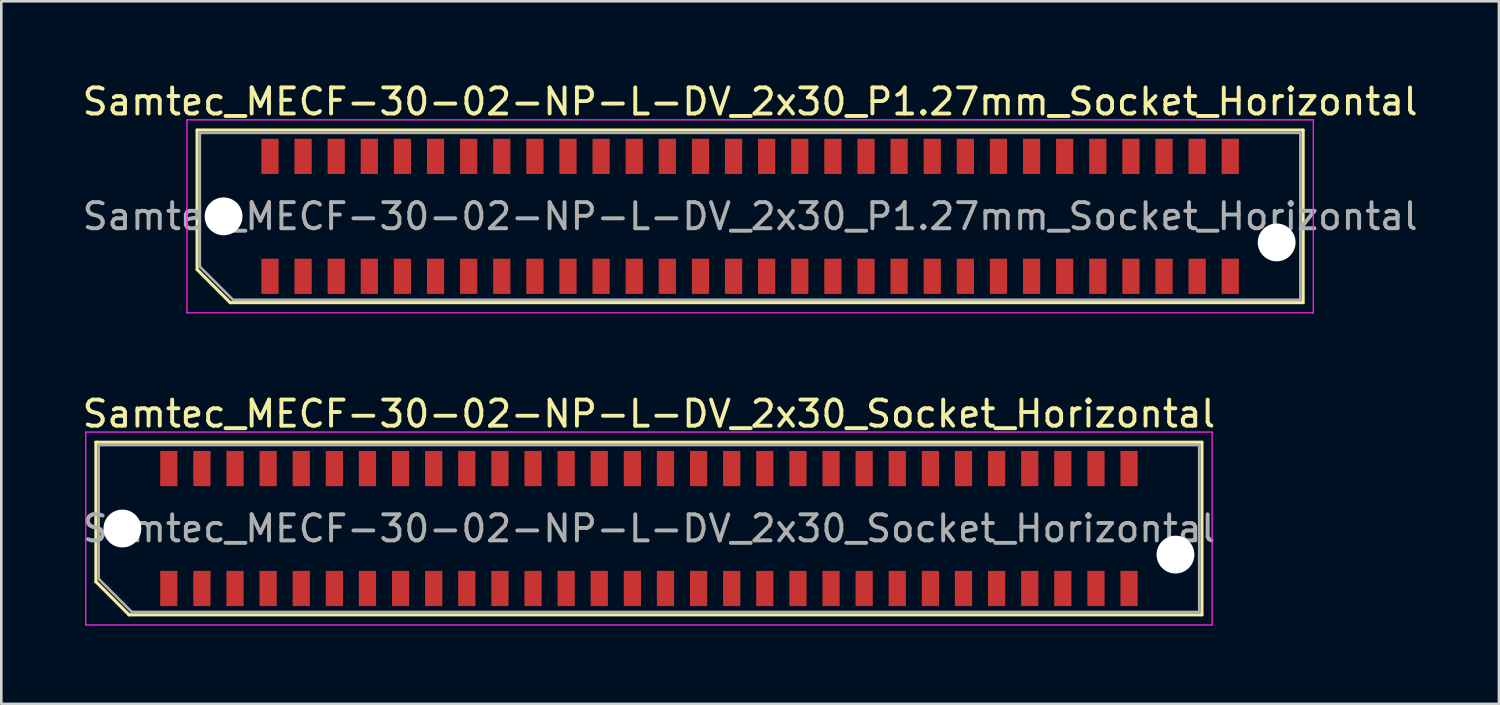
<source format=kicad_pcb>
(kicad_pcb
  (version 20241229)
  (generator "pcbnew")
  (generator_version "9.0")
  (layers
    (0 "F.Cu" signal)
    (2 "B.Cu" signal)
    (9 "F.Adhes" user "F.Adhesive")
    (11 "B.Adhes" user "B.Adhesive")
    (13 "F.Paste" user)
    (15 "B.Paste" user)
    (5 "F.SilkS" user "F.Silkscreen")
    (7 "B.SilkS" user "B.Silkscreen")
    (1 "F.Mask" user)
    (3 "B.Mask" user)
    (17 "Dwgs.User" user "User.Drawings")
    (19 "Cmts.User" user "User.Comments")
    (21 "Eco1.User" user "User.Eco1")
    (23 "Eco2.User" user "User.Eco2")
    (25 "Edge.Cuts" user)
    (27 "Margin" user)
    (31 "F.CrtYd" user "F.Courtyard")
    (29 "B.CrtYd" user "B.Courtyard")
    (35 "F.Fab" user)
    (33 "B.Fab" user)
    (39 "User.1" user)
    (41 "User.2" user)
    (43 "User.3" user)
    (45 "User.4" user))
  (footprint "Samtec_MECF-30-02-NP-L-DV_2x30_Socket_Horizontal"
    (layer "F.Cu")
    (at 21.839 17.221)
    (property "Reference" "Samtec_MECF-30-02-NP-L-DV_2x30_Socket_Horizontal" (at 0 -4.4 0) (layer "F.SilkS") (effects (font (size 1 1) (thickness 0.15))))
    (attr smd)
    (fp_line (start -21.21 -3.31) (end 21.21 -3.31) (stroke (width 0.12) (type solid)) (layer "F.SilkS"))
    (fp_line (start -21.21 2.04) (end -21.21 -3.31) (stroke (width 0.12) (type solid)) (layer "F.SilkS"))
    (fp_line (start -19.94 3.31) (end -21.21 2.04) (stroke (width 0.12) (type solid)) (layer "F.SilkS"))
    (fp_line (start -19.94 3.31) (end 21.21 3.31) (stroke (width 0.12) (type solid)) (layer "F.SilkS"))
    (fp_line (start 21.21 3.31) (end 21.21 -3.31) (stroke (width 0.12) (type solid)) (layer "F.SilkS"))
    (fp_line (start -21.6 -3.7) (end -21.6 3.7) (stroke (width 0.05) (type solid)) (layer "F.CrtYd"))
    (fp_line (start -21.6 3.7) (end 21.6 3.7) (stroke (width 0.05) (type solid)) (layer "F.CrtYd"))
    (fp_line (start 21.6 -3.7) (end -21.6 -3.7) (stroke (width 0.05) (type solid)) (layer "F.CrtYd"))
    (fp_line (start 21.6 3.7) (end 21.6 -3.7) (stroke (width 0.05) (type solid)) (layer "F.CrtYd"))
    (fp_line (start -21.105 -3.2) (end 21.105 -3.2) (stroke (width 0.1) (type solid)) (layer "F.Fab"))
    (fp_line (start -21.105 1.93) (end -21.105 -3.2) (stroke (width 0.1) (type solid)) (layer "F.Fab"))
    (fp_line (start -21.105 1.93) (end -19.835 3.2) (stroke (width 0.1) (type solid)) (layer "F.Fab"))
    (fp_line (start -19.835 3.2) (end 21.105 3.2) (stroke (width 0.1) (type solid)) (layer "F.Fab"))
    (fp_line (start 21.105 3.2) (end 21.105 -3.2) (stroke (width 0.1) (type solid)) (layer "F.Fab"))
    (fp_text user "${REFERENCE}" (at 0 0 0) (layer "F.Fab") (effects (font (size 1 1) (thickness 0.15))))
    (pad "" np_thru_hole circle (at -20.195 0) (size 1.45 1.45) (drill 1.45) (layers "*.Cu" "*.Mask"))
    (pad "" np_thru_hole circle (at 20.195 1) (size 1.45 1.45) (drill 1.45) (layers "*.Cu" "*.Mask"))
    (pad "1" smd rect (at -18.415 2.3) (size 0.66 1.35) (layers "F.Cu" "F.Mask" "F.Paste"))
    (pad "2" smd rect (at -18.415 -2.3) (size 0.66 1.35) (layers "F.Cu" "F.Mask" "F.Paste"))
    (pad "3" smd rect (at -17.145 2.3) (size 0.66 1.35) (layers "F.Cu" "F.Mask" "F.Paste"))
    (pad "4" smd rect (at -17.145 -2.3) (size 0.66 1.35) (layers "F.Cu" "F.Mask" "F.Paste"))
    (pad "5" smd rect (at -15.875 2.3) (size 0.66 1.35) (layers "F.Cu" "F.Mask" "F.Paste"))
    (pad "6" smd rect (at -15.875 -2.3) (size 0.66 1.35) (layers "F.Cu" "F.Mask" "F.Paste"))
    (pad "7" smd rect (at -14.605 2.3) (size 0.66 1.35) (layers "F.Cu" "F.Mask" "F.Paste"))
    (pad "8" smd rect (at -14.605 -2.3) (size 0.66 1.35) (layers "F.Cu" "F.Mask" "F.Paste"))
    (pad "9" smd rect (at -13.335 2.3) (size 0.66 1.35) (layers "F.Cu" "F.Mask" "F.Paste"))
    (pad "10" smd rect (at -13.335 -2.3) (size 0.66 1.35) (layers "F.Cu" "F.Mask" "F.Paste"))
    (pad "11" smd rect (at -12.065 2.3) (size 0.66 1.35) (layers "F.Cu" "F.Mask" "F.Paste"))
    (pad "12" smd rect (at -12.065 -2.3) (size 0.66 1.35) (layers "F.Cu" "F.Mask" "F.Paste"))
    (pad "13" smd rect (at -10.795 2.3) (size 0.66 1.35) (layers "F.Cu" "F.Mask" "F.Paste"))
    (pad "14" smd rect (at -10.795 -2.3) (size 0.66 1.35) (layers "F.Cu" "F.Mask" "F.Paste"))
    (pad "15" smd rect (at -9.525 2.3) (size 0.66 1.35) (layers "F.Cu" "F.Mask" "F.Paste"))
    (pad "16" smd rect (at -9.525 -2.3) (size 0.66 1.35) (layers "F.Cu" "F.Mask" "F.Paste"))
    (pad "17" smd rect (at -8.255 2.3) (size 0.66 1.35) (layers "F.Cu" "F.Mask" "F.Paste"))
    (pad "18" smd rect (at -8.255 -2.3) (size 0.66 1.35) (layers "F.Cu" "F.Mask" "F.Paste"))
    (pad "19" smd rect (at -6.985 2.3) (size 0.66 1.35) (layers "F.Cu" "F.Mask" "F.Paste"))
    (pad "20" smd rect (at -6.985 -2.3) (size 0.66 1.35) (layers "F.Cu" "F.Mask" "F.Paste"))
    (pad "21" smd rect (at -5.715 2.3) (size 0.66 1.35) (layers "F.Cu" "F.Mask" "F.Paste"))
    (pad "22" smd rect (at -5.715 -2.3) (size 0.66 1.35) (layers "F.Cu" "F.Mask" "F.Paste"))
    (pad "23" smd rect (at -4.445 2.3) (size 0.66 1.35) (layers "F.Cu" "F.Mask" "F.Paste"))
    (pad "24" smd rect (at -4.445 -2.3) (size 0.66 1.35) (layers "F.Cu" "F.Mask" "F.Paste"))
    (pad "25" smd rect (at -3.175 2.3) (size 0.66 1.35) (layers "F.Cu" "F.Mask" "F.Paste"))
    (pad "26" smd rect (at -3.175 -2.3) (size 0.66 1.35) (layers "F.Cu" "F.Mask" "F.Paste"))
    (pad "27" smd rect (at -1.905 2.3) (size 0.66 1.35) (layers "F.Cu" "F.Mask" "F.Paste"))
    (pad "28" smd rect (at -1.905 -2.3) (size 0.66 1.35) (layers "F.Cu" "F.Mask" "F.Paste"))
    (pad "29" smd rect (at -0.635 2.3) (size 0.66 1.35) (layers "F.Cu" "F.Mask" "F.Paste"))
    (pad "30" smd rect (at -0.635 -2.3) (size 0.66 1.35) (layers "F.Cu" "F.Mask" "F.Paste"))
    (pad "31" smd rect (at 0.635 2.3) (size 0.66 1.35) (layers "F.Cu" "F.Mask" "F.Paste"))
    (pad "32" smd rect (at 0.635 -2.3) (size 0.66 1.35) (layers "F.Cu" "F.Mask" "F.Paste"))
    (pad "33" smd rect (at 1.905 2.3) (size 0.66 1.35) (layers "F.Cu" "F.Mask" "F.Paste"))
    (pad "34" smd rect (at 1.905 -2.3) (size 0.66 1.35) (layers "F.Cu" "F.Mask" "F.Paste"))
    (pad "35" smd rect (at 3.175 2.3) (size 0.66 1.35) (layers "F.Cu" "F.Mask" "F.Paste"))
    (pad "36" smd rect (at 3.175 -2.3) (size 0.66 1.35) (layers "F.Cu" "F.Mask" "F.Paste"))
    (pad "37" smd rect (at 4.445 2.3) (size 0.66 1.35) (layers "F.Cu" "F.Mask" "F.Paste"))
    (pad "38" smd rect (at 4.445 -2.3) (size 0.66 1.35) (layers "F.Cu" "F.Mask" "F.Paste"))
    (pad "39" smd rect (at 5.715 2.3) (size 0.66 1.35) (layers "F.Cu" "F.Mask" "F.Paste"))
    (pad "40" smd rect (at 5.715 -2.3) (size 0.66 1.35) (layers "F.Cu" "F.Mask" "F.Paste"))
    (pad "41" smd rect (at 6.985 2.3) (size 0.66 1.35) (layers "F.Cu" "F.Mask" "F.Paste"))
    (pad "42" smd rect (at 6.985 -2.3) (size 0.66 1.35) (layers "F.Cu" "F.Mask" "F.Paste"))
    (pad "43" smd rect (at 8.255 2.3) (size 0.66 1.35) (layers "F.Cu" "F.Mask" "F.Paste"))
    (pad "44" smd rect (at 8.255 -2.3) (size 0.66 1.35) (layers "F.Cu" "F.Mask" "F.Paste"))
    (pad "45" smd rect (at 9.525 2.3) (size 0.66 1.35) (layers "F.Cu" "F.Mask" "F.Paste"))
    (pad "46" smd rect (at 9.525 -2.3) (size 0.66 1.35) (layers "F.Cu" "F.Mask" "F.Paste"))
    (pad "47" smd rect (at 10.795 2.3) (size 0.66 1.35) (layers "F.Cu" "F.Mask" "F.Paste"))
    (pad "48" smd rect (at 10.795 -2.3) (size 0.66 1.35) (layers "F.Cu" "F.Mask" "F.Paste"))
    (pad "49" smd rect (at 12.065 2.3) (size 0.66 1.35) (layers "F.Cu" "F.Mask" "F.Paste"))
    (pad "50" smd rect (at 12.065 -2.3) (size 0.66 1.35) (layers "F.Cu" "F.Mask" "F.Paste"))
    (pad "51" smd rect (at 13.335 2.3) (size 0.66 1.35) (layers "F.Cu" "F.Mask" "F.Paste"))
    (pad "52" smd rect (at 13.335 -2.3) (size 0.66 1.35) (layers "F.Cu" "F.Mask" "F.Paste"))
    (pad "53" smd rect (at 14.605 2.3) (size 0.66 1.35) (layers "F.Cu" "F.Mask" "F.Paste"))
    (pad "54" smd rect (at 14.605 -2.3) (size 0.66 1.35) (layers "F.Cu" "F.Mask" "F.Paste"))
    (pad "55" smd rect (at 15.875 2.3) (size 0.66 1.35) (layers "F.Cu" "F.Mask" "F.Paste"))
    (pad "56" smd rect (at 15.875 -2.3) (size 0.66 1.35) (layers "F.Cu" "F.Mask" "F.Paste"))
    (pad "57" smd rect (at 17.145 2.3) (size 0.66 1.35) (layers "F.Cu" "F.Mask" "F.Paste"))
    (pad "58" smd rect (at 17.145 -2.3) (size 0.66 1.35) (layers "F.Cu" "F.Mask" "F.Paste"))
    (pad "59" smd rect (at 18.415 2.3) (size 0.66 1.35) (layers "F.Cu" "F.Mask" "F.Paste"))
    (pad "60" smd rect (at 18.415 -2.3) (size 0.66 1.35) (layers "F.Cu" "F.Mask" "F.Paste")))
  (footprint "Samtec_MECF-30-02-NP-L-DV_2x30_P1.27mm_Socket_Horizontal"
    (layer "F.Cu")
    (at 25.72 5.248)
    (property "Reference" "Samtec_MECF-30-02-NP-L-DV_2x30_P1.27mm_Socket_Horizontal" (at 0 -4.4 0) (layer "F.SilkS") (effects (font (size 1 1) (thickness 0.15))))
    (attr smd)
    (fp_line (start -21.21 -3.31) (end 21.21 -3.31) (stroke (width 0.12) (type solid)) (layer "F.SilkS"))
    (fp_line (start -21.21 2.04) (end -21.21 -3.31) (stroke (width 0.12) (type solid)) (layer "F.SilkS"))
    (fp_line (start -19.94 3.31) (end -21.21 2.04) (stroke (width 0.12) (type solid)) (layer "F.SilkS"))
    (fp_line (start -19.94 3.31) (end 21.21 3.31) (stroke (width 0.12) (type solid)) (layer "F.SilkS"))
    (fp_line (start 21.21 3.31) (end 21.21 -3.31) (stroke (width 0.12) (type solid)) (layer "F.SilkS"))
    (fp_line (start -21.6 -3.7) (end -21.6 3.7) (stroke (width 0.05) (type solid)) (layer "F.CrtYd"))
    (fp_line (start -21.6 3.7) (end 21.6 3.7) (stroke (width 0.05) (type solid)) (layer "F.CrtYd"))
    (fp_line (start 21.6 -3.7) (end -21.6 -3.7) (stroke (width 0.05) (type solid)) (layer "F.CrtYd"))
    (fp_line (start 21.6 3.7) (end 21.6 -3.7) (stroke (width 0.05) (type solid)) (layer "F.CrtYd"))
    (fp_line (start -21.105 -3.2) (end 21.105 -3.2) (stroke (width 0.1) (type solid)) (layer "F.Fab"))
    (fp_line (start -21.105 1.93) (end -21.105 -3.2) (stroke (width 0.1) (type solid)) (layer "F.Fab"))
    (fp_line (start -21.105 1.93) (end -19.835 3.2) (stroke (width 0.1) (type solid)) (layer "F.Fab"))
    (fp_line (start -19.835 3.2) (end 21.105 3.2) (stroke (width 0.1) (type solid)) (layer "F.Fab"))
    (fp_line (start 21.105 3.2) (end 21.105 -3.2) (stroke (width 0.1) (type solid)) (layer "F.Fab"))
    (fp_text user "${REFERENCE}" (at 0 0 0) (layer "F.Fab") (effects (font (size 1 1) (thickness 0.15))))
    (pad "" np_thru_hole circle (at -20.195 0) (size 1.45 1.45) (drill 1.45) (layers "*.Cu" "*.Mask"))
    (pad "" np_thru_hole circle (at 20.195 1) (size 1.45 1.45) (drill 1.45) (layers "*.Cu" "*.Mask"))
    (pad "1" smd rect (at -18.415 2.3) (size 0.66 1.35) (layers "F.Cu" "F.Mask" "F.Paste"))
    (pad "2" smd rect (at -18.415 -2.3) (size 0.66 1.35) (layers "F.Cu" "F.Mask" "F.Paste"))
    (pad "3" smd rect (at -17.145 2.3) (size 0.66 1.35) (layers "F.Cu" "F.Mask" "F.Paste"))
    (pad "4" smd rect (at -17.145 -2.3) (size 0.66 1.35) (layers "F.Cu" "F.Mask" "F.Paste"))
    (pad "5" smd rect (at -15.875 2.3) (size 0.66 1.35) (layers "F.Cu" "F.Mask" "F.Paste"))
    (pad "6" smd rect (at -15.875 -2.3) (size 0.66 1.35) (layers "F.Cu" "F.Mask" "F.Paste"))
    (pad "7" smd rect (at -14.605 2.3) (size 0.66 1.35) (layers "F.Cu" "F.Mask" "F.Paste"))
    (pad "8" smd rect (at -14.605 -2.3) (size 0.66 1.35) (layers "F.Cu" "F.Mask" "F.Paste"))
    (pad "9" smd rect (at -13.335 2.3) (size 0.66 1.35) (layers "F.Cu" "F.Mask" "F.Paste"))
    (pad "10" smd rect (at -13.335 -2.3) (size 0.66 1.35) (layers "F.Cu" "F.Mask" "F.Paste"))
    (pad "11" smd rect (at -12.065 2.3) (size 0.66 1.35) (layers "F.Cu" "F.Mask" "F.Paste"))
    (pad "12" smd rect (at -12.065 -2.3) (size 0.66 1.35) (layers "F.Cu" "F.Mask" "F.Paste"))
    (pad "13" smd rect (at -10.795 2.3) (size 0.66 1.35) (layers "F.Cu" "F.Mask" "F.Paste"))
    (pad "14" smd rect (at -10.795 -2.3) (size 0.66 1.35) (layers "F.Cu" "F.Mask" "F.Paste"))
    (pad "15" smd rect (at -9.525 2.3) (size 0.66 1.35) (layers "F.Cu" "F.Mask" "F.Paste"))
    (pad "16" smd rect (at -9.525 -2.3) (size 0.66 1.35) (layers "F.Cu" "F.Mask" "F.Paste"))
    (pad "17" smd rect (at -8.255 2.3) (size 0.66 1.35) (layers "F.Cu" "F.Mask" "F.Paste"))
    (pad "18" smd rect (at -8.255 -2.3) (size 0.66 1.35) (layers "F.Cu" "F.Mask" "F.Paste"))
    (pad "19" smd rect (at -6.985 2.3) (size 0.66 1.35) (layers "F.Cu" "F.Mask" "F.Paste"))
    (pad "20" smd rect (at -6.985 -2.3) (size 0.66 1.35) (layers "F.Cu" "F.Mask" "F.Paste"))
    (pad "21" smd rect (at -5.715 2.3) (size 0.66 1.35) (layers "F.Cu" "F.Mask" "F.Paste"))
    (pad "22" smd rect (at -5.715 -2.3) (size 0.66 1.35) (layers "F.Cu" "F.Mask" "F.Paste"))
    (pad "23" smd rect (at -4.445 2.3) (size 0.66 1.35) (layers "F.Cu" "F.Mask" "F.Paste"))
    (pad "24" smd rect (at -4.445 -2.3) (size 0.66 1.35) (layers "F.Cu" "F.Mask" "F.Paste"))
    (pad "25" smd rect (at -3.175 2.3) (size 0.66 1.35) (layers "F.Cu" "F.Mask" "F.Paste"))
    (pad "26" smd rect (at -3.175 -2.3) (size 0.66 1.35) (layers "F.Cu" "F.Mask" "F.Paste"))
    (pad "27" smd rect (at -1.905 2.3) (size 0.66 1.35) (layers "F.Cu" "F.Mask" "F.Paste"))
    (pad "28" smd rect (at -1.905 -2.3) (size 0.66 1.35) (layers "F.Cu" "F.Mask" "F.Paste"))
    (pad "29" smd rect (at -0.635 2.3) (size 0.66 1.35) (layers "F.Cu" "F.Mask" "F.Paste"))
    (pad "30" smd rect (at -0.635 -2.3) (size 0.66 1.35) (layers "F.Cu" "F.Mask" "F.Paste"))
    (pad "31" smd rect (at 0.635 2.3) (size 0.66 1.35) (layers "F.Cu" "F.Mask" "F.Paste"))
    (pad "32" smd rect (at 0.635 -2.3) (size 0.66 1.35) (layers "F.Cu" "F.Mask" "F.Paste"))
    (pad "33" smd rect (at 1.905 2.3) (size 0.66 1.35) (layers "F.Cu" "F.Mask" "F.Paste"))
    (pad "34" smd rect (at 1.905 -2.3) (size 0.66 1.35) (layers "F.Cu" "F.Mask" "F.Paste"))
    (pad "35" smd rect (at 3.175 2.3) (size 0.66 1.35) (layers "F.Cu" "F.Mask" "F.Paste"))
    (pad "36" smd rect (at 3.175 -2.3) (size 0.66 1.35) (layers "F.Cu" "F.Mask" "F.Paste"))
    (pad "37" smd rect (at 4.445 2.3) (size 0.66 1.35) (layers "F.Cu" "F.Mask" "F.Paste"))
    (pad "38" smd rect (at 4.445 -2.3) (size 0.66 1.35) (layers "F.Cu" "F.Mask" "F.Paste"))
    (pad "39" smd rect (at 5.715 2.3) (size 0.66 1.35) (layers "F.Cu" "F.Mask" "F.Paste"))
    (pad "40" smd rect (at 5.715 -2.3) (size 0.66 1.35) (layers "F.Cu" "F.Mask" "F.Paste"))
    (pad "41" smd rect (at 6.985 2.3) (size 0.66 1.35) (layers "F.Cu" "F.Mask" "F.Paste"))
    (pad "42" smd rect (at 6.985 -2.3) (size 0.66 1.35) (layers "F.Cu" "F.Mask" "F.Paste"))
    (pad "43" smd rect (at 8.255 2.3) (size 0.66 1.35) (layers "F.Cu" "F.Mask" "F.Paste"))
    (pad "44" smd rect (at 8.255 -2.3) (size 0.66 1.35) (layers "F.Cu" "F.Mask" "F.Paste"))
    (pad "45" smd rect (at 9.525 2.3) (size 0.66 1.35) (layers "F.Cu" "F.Mask" "F.Paste"))
    (pad "46" smd rect (at 9.525 -2.3) (size 0.66 1.35) (layers "F.Cu" "F.Mask" "F.Paste"))
    (pad "47" smd rect (at 10.795 2.3) (size 0.66 1.35) (layers "F.Cu" "F.Mask" "F.Paste"))
    (pad "48" smd rect (at 10.795 -2.3) (size 0.66 1.35) (layers "F.Cu" "F.Mask" "F.Paste"))
    (pad "49" smd rect (at 12.065 2.3) (size 0.66 1.35) (layers "F.Cu" "F.Mask" "F.Paste"))
    (pad "50" smd rect (at 12.065 -2.3) (size 0.66 1.35) (layers "F.Cu" "F.Mask" "F.Paste"))
    (pad "51" smd rect (at 13.335 2.3) (size 0.66 1.35) (layers "F.Cu" "F.Mask" "F.Paste"))
    (pad "52" smd rect (at 13.335 -2.3) (size 0.66 1.35) (layers "F.Cu" "F.Mask" "F.Paste"))
    (pad "53" smd rect (at 14.605 2.3) (size 0.66 1.35) (layers "F.Cu" "F.Mask" "F.Paste"))
    (pad "54" smd rect (at 14.605 -2.3) (size 0.66 1.35) (layers "F.Cu" "F.Mask" "F.Paste"))
    (pad "55" smd rect (at 15.875 2.3) (size 0.66 1.35) (layers "F.Cu" "F.Mask" "F.Paste"))
    (pad "56" smd rect (at 15.875 -2.3) (size 0.66 1.35) (layers "F.Cu" "F.Mask" "F.Paste"))
    (pad "57" smd rect (at 17.145 2.3) (size 0.66 1.35) (layers "F.Cu" "F.Mask" "F.Paste"))
    (pad "58" smd rect (at 17.145 -2.3) (size 0.66 1.35) (layers "F.Cu" "F.Mask" "F.Paste"))
    (pad "59" smd rect (at 18.415 2.3) (size 0.66 1.35) (layers "F.Cu" "F.Mask" "F.Paste"))
    (pad "60" smd rect (at 18.415 -2.3) (size 0.66 1.35) (layers "F.Cu" "F.Mask" "F.Paste")))
  (gr_rect
    (start -3 -3)
    (end 54.44 23.947)
    (stroke (width 0.1) (type default))
    (fill no)
    (layer "Edge.Cuts")))
</source>
